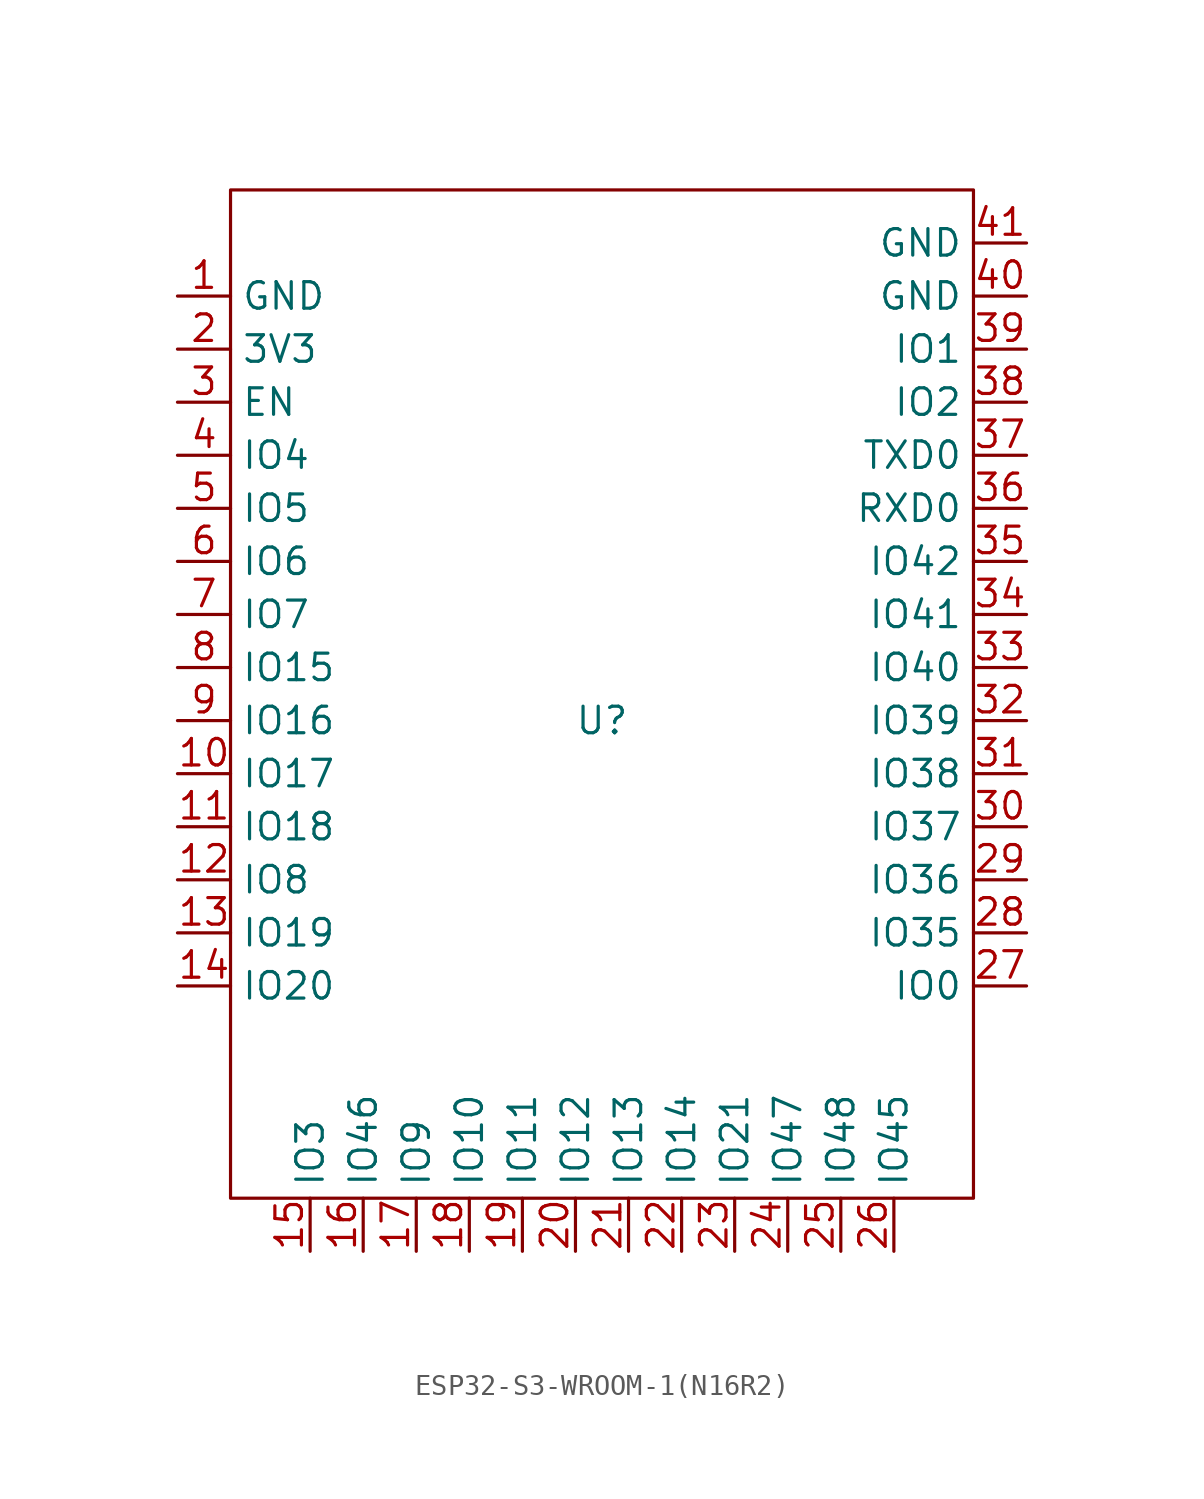
<source format=kicad_sym>
(kicad_symbol_lib
  (version 20241209)
  (generator "kicad_symbol_editor")
  (generator_version "9.0")
  (symbol "ESP32-S3-WROOM-1(N16R2)"
    (property "Reference" "U"
      (at 0 0 0)
      (effects (font (size 1.27 1.27))))
    (property "Value" ""
      (at 0 0 0)
      (effects (font (size 1.27 1.27))))
    (symbol "ESP32-S3-WROOM-1(N16R2)_1_0"
      (rectangle (start -17.78 25.4) (end 17.78 -22.86) (stroke (width 0) (type default)) (fill (type none)))
      (pin unspecified line (at -20.32 20.32 0) (length 2.54) (name "GND" (effects (font (size 1.27 1.27)))) (number "1" (effects (font (size 1.27 1.27)))))
      (pin unspecified line (at -20.32 17.78 0) (length 2.54) (name "3V3" (effects (font (size 1.27 1.27)))) (number "2" (effects (font (size 1.27 1.27)))))
      (pin unspecified line (at -20.32 15.24 0) (length 2.54) (name "EN" (effects (font (size 1.27 1.27)))) (number "3" (effects (font (size 1.27 1.27)))))
      (pin unspecified line (at -20.32 12.7 0) (length 2.54) (name "IO4" (effects (font (size 1.27 1.27)))) (number "4" (effects (font (size 1.27 1.27)))))
      (pin unspecified line (at -20.32 10.16 0) (length 2.54) (name "IO5" (effects (font (size 1.27 1.27)))) (number "5" (effects (font (size 1.27 1.27)))))
      (pin unspecified line (at -20.32 7.62 0) (length 2.54) (name "IO6" (effects (font (size 1.27 1.27)))) (number "6" (effects (font (size 1.27 1.27)))))
      (pin unspecified line (at -20.32 5.08 0) (length 2.54) (name "IO7" (effects (font (size 1.27 1.27)))) (number "7" (effects (font (size 1.27 1.27)))))
      (pin unspecified line (at -20.32 2.54 0) (length 2.54) (name "IO15" (effects (font (size 1.27 1.27)))) (number "8" (effects (font (size 1.27 1.27)))))
      (pin unspecified line (at -20.32 0 0) (length 2.54) (name "IO16" (effects (font (size 1.27 1.27)))) (number "9" (effects (font (size 1.27 1.27)))))
      (pin unspecified line (at -20.32 -2.54 0) (length 2.54) (name "IO17" (effects (font (size 1.27 1.27)))) (number "10" (effects (font (size 1.27 1.27)))))
      (pin unspecified line (at -20.32 -5.08 0) (length 2.54) (name "IO18" (effects (font (size 1.27 1.27)))) (number "11" (effects (font (size 1.27 1.27)))))
      (pin unspecified line (at -20.32 -7.62 0) (length 2.54) (name "IO8" (effects (font (size 1.27 1.27)))) (number "12" (effects (font (size 1.27 1.27)))))
      (pin unspecified line (at -20.32 -10.16 0) (length 2.54) (name "IO19" (effects (font (size 1.27 1.27)))) (number "13" (effects (font (size 1.27 1.27)))))
      (pin unspecified line (at -20.32 -12.7 0) (length 2.54) (name "IO20" (effects (font (size 1.27 1.27)))) (number "14" (effects (font (size 1.27 1.27)))))
      (pin unspecified line (at -13.97 -25.4 90) (length 2.54) (name "IO3" (effects (font (size 1.27 1.27)))) (number "15" (effects (font (size 1.27 1.27)))))
      (pin unspecified line (at -11.43 -25.4 90) (length 2.54) (name "IO46" (effects (font (size 1.27 1.27)))) (number "16" (effects (font (size 1.27 1.27)))))
      (pin unspecified line (at -8.89 -25.4 90) (length 2.54) (name "IO9" (effects (font (size 1.27 1.27)))) (number "17" (effects (font (size 1.27 1.27)))))
      (pin unspecified line (at -6.35 -25.4 90) (length 2.54) (name "IO10" (effects (font (size 1.27 1.27)))) (number "18" (effects (font (size 1.27 1.27)))))
      (pin unspecified line (at -3.81 -25.4 90) (length 2.54) (name "IO11" (effects (font (size 1.27 1.27)))) (number "19" (effects (font (size 1.27 1.27)))))
      (pin unspecified line (at -1.27 -25.4 90) (length 2.54) (name "IO12" (effects (font (size 1.27 1.27)))) (number "20" (effects (font (size 1.27 1.27)))))
      (pin unspecified line (at 1.27 -25.4 90) (length 2.54) (name "IO13" (effects (font (size 1.27 1.27)))) (number "21" (effects (font (size 1.27 1.27)))))
      (pin unspecified line (at 3.81 -25.4 90) (length 2.54) (name "IO14" (effects (font (size 1.27 1.27)))) (number "22" (effects (font (size 1.27 1.27)))))
      (pin unspecified line (at 6.35 -25.4 90) (length 2.54) (name "IO21" (effects (font (size 1.27 1.27)))) (number "23" (effects (font (size 1.27 1.27)))))
      (pin unspecified line (at 8.89 -25.4 90) (length 2.54) (name "IO47" (effects (font (size 1.27 1.27)))) (number "24" (effects (font (size 1.27 1.27)))))
      (pin unspecified line (at 11.43 -25.4 90) (length 2.54) (name "IO48" (effects (font (size 1.27 1.27)))) (number "25" (effects (font (size 1.27 1.27)))))
      (pin unspecified line (at 13.97 -25.4 90) (length 2.54) (name "IO45" (effects (font (size 1.27 1.27)))) (number "26" (effects (font (size 1.27 1.27)))))
      (pin unspecified line (at 20.32 22.86 180) (length 2.54) (name "GND" (effects (font (size 1.27 1.27)))) (number "41" (effects (font (size 1.27 1.27)))))
      (pin unspecified line (at 20.32 20.32 180) (length 2.54) (name "GND" (effects (font (size 1.27 1.27)))) (number "40" (effects (font (size 1.27 1.27)))))
      (pin unspecified line (at 20.32 17.78 180) (length 2.54) (name "IO1" (effects (font (size 1.27 1.27)))) (number "39" (effects (font (size 1.27 1.27)))))
      (pin unspecified line (at 20.32 15.24 180) (length 2.54) (name "IO2" (effects (font (size 1.27 1.27)))) (number "38" (effects (font (size 1.27 1.27)))))
      (pin unspecified line (at 20.32 12.7 180) (length 2.54) (name "TXD0" (effects (font (size 1.27 1.27)))) (number "37" (effects (font (size 1.27 1.27)))))
      (pin unspecified line (at 20.32 10.16 180) (length 2.54) (name "RXD0" (effects (font (size 1.27 1.27)))) (number "36" (effects (font (size 1.27 1.27)))))
      (pin unspecified line (at 20.32 7.62 180) (length 2.54) (name "IO42" (effects (font (size 1.27 1.27)))) (number "35" (effects (font (size 1.27 1.27)))))
      (pin unspecified line (at 20.32 5.08 180) (length 2.54) (name "IO41" (effects (font (size 1.27 1.27)))) (number "34" (effects (font (size 1.27 1.27)))))
      (pin unspecified line (at 20.32 2.54 180) (length 2.54) (name "IO40" (effects (font (size 1.27 1.27)))) (number "33" (effects (font (size 1.27 1.27)))))
      (pin unspecified line (at 20.32 0 180) (length 2.54) (name "IO39" (effects (font (size 1.27 1.27)))) (number "32" (effects (font (size 1.27 1.27)))))
      (pin unspecified line (at 20.32 -2.54 180) (length 2.54) (name "IO38" (effects (font (size 1.27 1.27)))) (number "31" (effects (font (size 1.27 1.27)))))
      (pin unspecified line (at 20.32 -5.08 180) (length 2.54) (name "IO37" (effects (font (size 1.27 1.27)))) (number "30" (effects (font (size 1.27 1.27)))))
      (pin unspecified line (at 20.32 -7.62 180) (length 2.54) (name "IO36" (effects (font (size 1.27 1.27)))) (number "29" (effects (font (size 1.27 1.27)))))
      (pin unspecified line (at 20.32 -10.16 180) (length 2.54) (name "IO35" (effects (font (size 1.27 1.27)))) (number "28" (effects (font (size 1.27 1.27)))))
      (pin unspecified line (at 20.32 -12.7 180) (length 2.54) (name "IO0" (effects (font (size 1.27 1.27)))) (number "27" (effects (font (size 1.27 1.27))))))))
</source>
